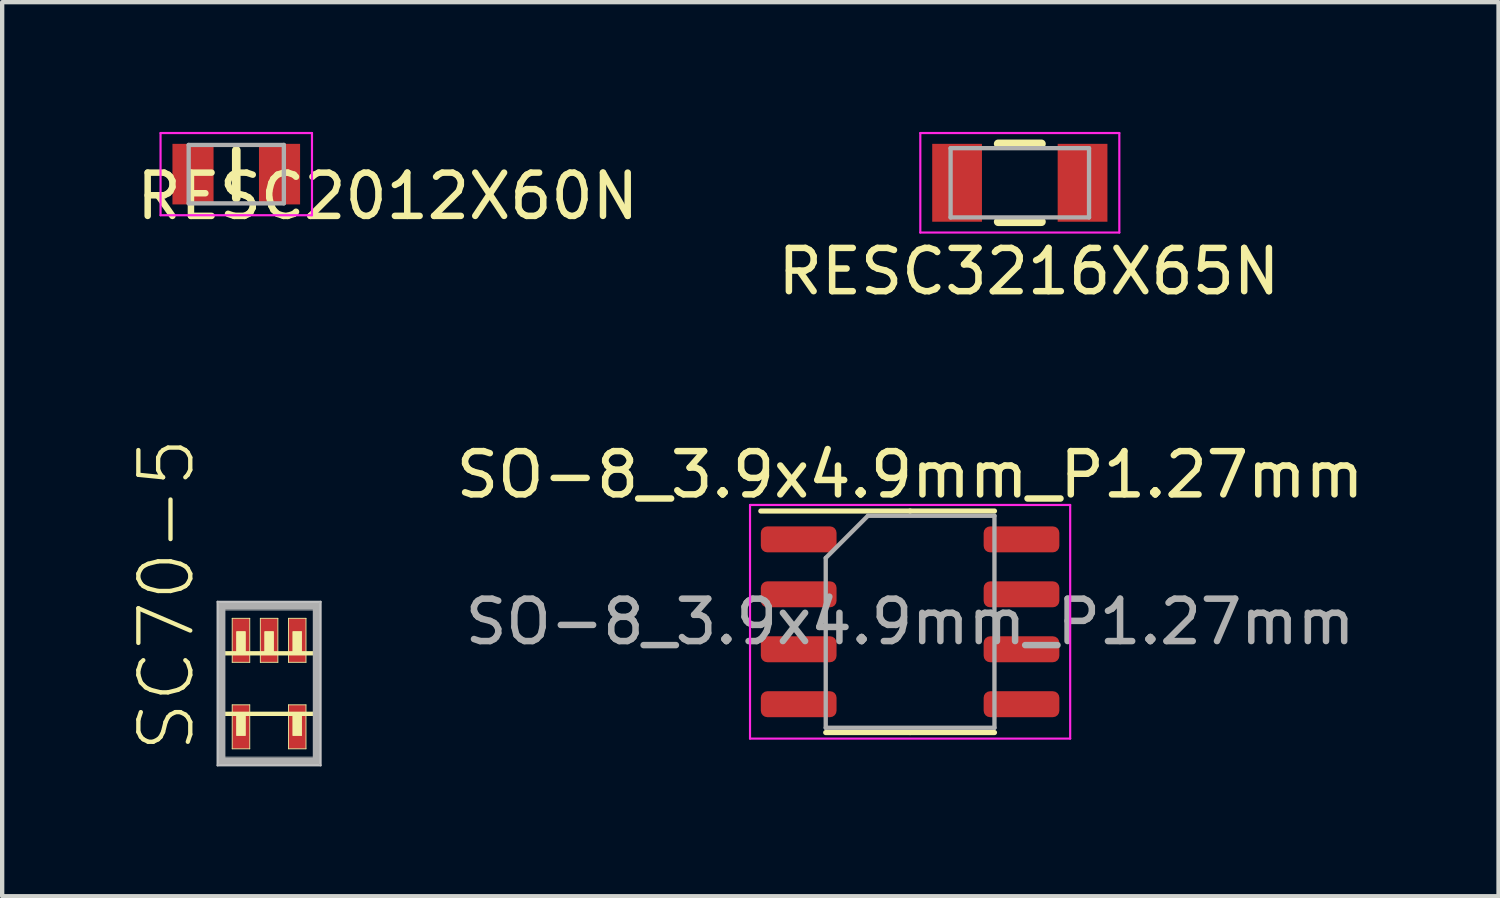
<source format=kicad_pcb>
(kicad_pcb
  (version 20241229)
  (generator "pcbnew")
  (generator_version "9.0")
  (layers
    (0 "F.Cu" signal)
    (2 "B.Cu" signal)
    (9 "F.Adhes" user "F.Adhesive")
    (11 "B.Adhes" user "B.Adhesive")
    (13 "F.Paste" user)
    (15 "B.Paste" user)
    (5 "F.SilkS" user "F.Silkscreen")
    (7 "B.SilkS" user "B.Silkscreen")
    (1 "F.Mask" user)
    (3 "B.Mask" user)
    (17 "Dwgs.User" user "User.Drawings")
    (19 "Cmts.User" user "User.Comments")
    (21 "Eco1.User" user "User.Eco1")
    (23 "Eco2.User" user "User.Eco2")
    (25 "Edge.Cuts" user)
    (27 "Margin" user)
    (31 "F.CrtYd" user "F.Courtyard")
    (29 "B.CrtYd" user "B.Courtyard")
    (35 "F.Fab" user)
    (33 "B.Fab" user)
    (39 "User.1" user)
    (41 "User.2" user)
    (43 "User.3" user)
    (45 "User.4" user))
  (footprint "SC70-5"
    (placed yes)
    (layer "F.Cu")
    (at 3.17 12.75)
    (property "Reference" "SC70-5" (at -1.67 1.64 90) (layer "F.SilkS") (effects (font (size 1.2 1.2) (thickness 0.1)) (justify left bottom)))
    (attr through_hole)
    (fp_line (start -1.1 -0.7) (end -1.1 0.7) (stroke (width 0.1) (type solid)) (layer "F.SilkS"))
    (fp_line (start -1.1 0.7) (end 1.1 0.7) (stroke (width 0.1) (type solid)) (layer "F.SilkS"))
    (fp_line (start -0.853 -1.508) (end -0.447 -1.508) (stroke (width 0.02) (type solid)) (layer "F.SilkS"))
    (fp_line (start -0.853 -0.492) (end -0.853 -1.508) (stroke (width 0.02) (type solid)) (layer "F.SilkS"))
    (fp_line (start -0.853 0.492) (end -0.447 0.492) (stroke (width 0.02) (type solid)) (layer "F.SilkS"))
    (fp_line (start -0.853 1.508) (end -0.853 0.492) (stroke (width 0.02) (type solid)) (layer "F.SilkS"))
    (fp_line (start -0.447 -1.508) (end -0.447 -0.492) (stroke (width 0.02) (type solid)) (layer "F.SilkS"))
    (fp_line (start -0.447 -0.492) (end -0.853 -0.492) (stroke (width 0.02) (type solid)) (layer "F.SilkS"))
    (fp_line (start -0.447 0.492) (end -0.447 1.508) (stroke (width 0.02) (type solid)) (layer "F.SilkS"))
    (fp_line (start -0.447 1.508) (end -0.853 1.508) (stroke (width 0.02) (type solid)) (layer "F.SilkS"))
    (fp_line (start -0.203 -1.508) (end 0.203 -1.508) (stroke (width 0.02) (type solid)) (layer "F.SilkS"))
    (fp_line (start -0.203 -0.492) (end -0.203 -1.508) (stroke (width 0.02) (type solid)) (layer "F.SilkS"))
    (fp_line (start 0.203 -1.508) (end 0.203 -0.492) (stroke (width 0.02) (type solid)) (layer "F.SilkS"))
    (fp_line (start 0.203 -0.492) (end -0.203 -0.492) (stroke (width 0.02) (type solid)) (layer "F.SilkS"))
    (fp_line (start 0.447 -1.508) (end 0.853 -1.508) (stroke (width 0.02) (type solid)) (layer "F.SilkS"))
    (fp_line (start 0.447 -0.492) (end 0.447 -1.508) (stroke (width 0.02) (type solid)) (layer "F.SilkS"))
    (fp_line (start 0.447 0.492) (end 0.853 0.492) (stroke (width 0.02) (type solid)) (layer "F.SilkS"))
    (fp_line (start 0.447 1.508) (end 0.447 0.492) (stroke (width 0.02) (type solid)) (layer "F.SilkS"))
    (fp_line (start 0.853 -1.508) (end 0.853 -0.492) (stroke (width 0.02) (type solid)) (layer "F.SilkS"))
    (fp_line (start 0.853 -0.492) (end 0.447 -0.492) (stroke (width 0.02) (type solid)) (layer "F.SilkS"))
    (fp_line (start 0.853 0.492) (end 0.853 1.508) (stroke (width 0.02) (type solid)) (layer "F.SilkS"))
    (fp_line (start 0.853 1.508) (end 0.447 1.508) (stroke (width 0.02) (type solid)) (layer "F.SilkS"))
    (fp_line (start 1.1 -0.7) (end -1.1 -0.7) (stroke (width 0.1) (type solid)) (layer "F.SilkS"))
    (fp_line (start 1.1 0.7) (end 1.1 -0.7) (stroke (width 0.1) (type solid)) (layer "F.SilkS"))
    (fp_poly (pts (xy -0.55 -0.7) (xy -0.75 -0.7) (xy -0.75 -1.2) (xy -0.55 -1.2) (xy -0.55 -0.7)) (stroke (width 0.02) (type solid)) (fill yes) (layer "F.SilkS"))
    (fp_poly (pts (xy -0.55 0.7) (xy -0.55 1.2) (xy -0.75 1.2) (xy -0.75 0.7) (xy -0.55 0.7)) (stroke (width 0.02) (type solid)) (fill yes) (layer "F.SilkS"))
    (fp_poly (pts (xy -0.1 -0.7) (xy -0.1 -1.2) (xy 0.1 -1.2) (xy 0.1 -0.7) (xy -0.1 -0.7)) (stroke (width 0.02) (type solid)) (fill yes) (layer "F.SilkS"))
    (fp_poly (pts (xy 0.55 -0.7) (xy 0.55 -1.2) (xy 0.75 -1.2) (xy 0.75 -0.7) (xy 0.55 -0.7)) (stroke (width 0.02) (type solid)) (fill yes) (layer "F.SilkS"))
    (fp_poly (pts (xy 0.55 1.2) (xy 0.55 0.7) (xy 0.75 0.7) (xy 0.75 1.2) (xy 0.55 1.2)) (stroke (width 0.02) (type solid)) (fill yes) (layer "F.SilkS"))
    (fp_line (start -1.19 -1.89) (end 1.19 -1.89) (stroke (width 0.05) (type solid)) (layer "Dwgs.User"))
    (fp_line (start -1.19 1.89) (end -1.19 -1.89) (stroke (width 0.05) (type solid)) (layer "Dwgs.User"))
    (fp_line (start 1.19 -1.89) (end 1.19 1.89) (stroke (width 0.05) (type solid)) (layer "Dwgs.User"))
    (fp_line (start 1.19 1.89) (end -1.19 1.89) (stroke (width 0.05) (type solid)) (layer "Dwgs.User"))
    (fp_line (start -1.1 -1.8) (end -1.1 1.8) (stroke (width 0.18) (type solid)) (layer "F.Fab"))
    (fp_line (start -1.1 1.8) (end 1.1 1.8) (stroke (width 0.18) (type solid)) (layer "F.Fab"))
    (fp_line (start 1.1 -1.8) (end -1.1 -1.8) (stroke (width 0.18) (type solid)) (layer "F.Fab"))
    (fp_line (start 1.1 1.8) (end 1.1 -1.8) (stroke (width 0.18) (type solid)) (layer "F.Fab"))
    (fp_poly (pts (xy -1.1 -1.7) (xy 1.1 -1.7) (xy 1.1 1.7) (xy -1.1 1.7)) (stroke (width 0.02) (type solid)) (fill no) (layer "F.Fab"))
    (pad "1" smd rect (at 0.65 -1) (size 0.406 1.016) (layers "F.Cu" "F.Mask" "F.Paste"))
    (pad "2" smd rect (at 0 -1) (size 0.406 1.016) (layers "F.Cu" "F.Mask" "F.Paste"))
    (pad "3" smd rect (at -0.65 -1) (size 0.406 1.016) (layers "F.Cu" "F.Mask" "F.Paste"))
    (pad "4" smd rect (at -0.65 1) (size 0.406 1.016) (layers "F.Cu" "F.Mask" "F.Paste"))
    (pad "5" smd rect (at 0.65 1) (size 0.406 1.016) (layers "F.Cu" "F.Mask" "F.Paste")))
  (footprint "RESC3216X65N"
    (layer "F.Cu")
    (at 20.522 1.175)
    (property "Reference" "RESC3216X65N" (at 0.21 2.05 180) (layer "F.SilkS") (effects (font (size 1 1) (thickness 0.15))))
    (attr smd)
    (fp_line (start -0.5 -0.9) (end 0.5 -0.9) (stroke (width 0.2) (type solid)) (layer "F.SilkS"))
    (fp_line (start -0.5 0.9) (end 0.5 0.9) (stroke (width 0.2) (type solid)) (layer "F.SilkS"))
    (fp_line (start -2.3 -1.15) (end 2.3 -1.15) (stroke (width 0.05) (type solid)) (layer "F.CrtYd"))
    (fp_line (start -2.3 1.15) (end -2.3 -1.15) (stroke (width 0.05) (type solid)) (layer "F.CrtYd"))
    (fp_line (start -2.3 1.15) (end 2.3 1.15) (stroke (width 0.05) (type solid)) (layer "F.CrtYd"))
    (fp_line (start 2.3 1.15) (end 2.3 -1.15) (stroke (width 0.05) (type solid)) (layer "F.CrtYd"))
    (fp_line (start -1.6 -0.8) (end 1.6 -0.8) (stroke (width 0.1) (type solid)) (layer "F.Fab"))
    (fp_line (start -1.6 0.8) (end -1.6 -0.8) (stroke (width 0.1) (type solid)) (layer "F.Fab"))
    (fp_line (start -1.6 0.8) (end 1.6 0.8) (stroke (width 0.1) (type solid)) (layer "F.Fab"))
    (fp_line (start 1.6 0.8) (end 1.6 -0.8) (stroke (width 0.1) (type solid)) (layer "F.Fab"))
    (pad "1" smd rect (at -1.45 0) (size 1.15 1.8) (layers "F.Cu" "F.Mask" "F.Paste"))
    (pad "2" smd rect (at 1.45 0) (size 1.15 1.8) (layers "F.Cu" "F.Mask" "F.Paste")))
  (footprint "SO-8_3.9x4.9mm_P1.27mm"
    (layer "F.Cu")
    (at 17.986 11.322)
    (property "Reference" "SO-8_3.9x4.9mm_P1.27mm" (at 0 -3.4 0) (layer "F.SilkS") (effects (font (size 1 1) (thickness 0.15))))
    (attr smd)
    (fp_line (start 0 -2.56) (end -3.45 -2.56) (stroke (width 0.12) (type solid)) (layer "F.SilkS"))
    (fp_line (start 0 -2.56) (end 1.95 -2.56) (stroke (width 0.12) (type solid)) (layer "F.SilkS"))
    (fp_line (start 0 2.56) (end -1.95 2.56) (stroke (width 0.12) (type solid)) (layer "F.SilkS"))
    (fp_line (start 0 2.56) (end 1.95 2.56) (stroke (width 0.12) (type solid)) (layer "F.SilkS"))
    (fp_line (start -3.7 -2.7) (end -3.7 2.7) (stroke (width 0.05) (type solid)) (layer "F.CrtYd"))
    (fp_line (start -3.7 2.7) (end 3.7 2.7) (stroke (width 0.05) (type solid)) (layer "F.CrtYd"))
    (fp_line (start 3.7 -2.7) (end -3.7 -2.7) (stroke (width 0.05) (type solid)) (layer "F.CrtYd"))
    (fp_line (start 3.7 2.7) (end 3.7 -2.7) (stroke (width 0.05) (type solid)) (layer "F.CrtYd"))
    (fp_line (start -1.95 -1.475) (end -0.975 -2.45) (stroke (width 0.1) (type solid)) (layer "F.Fab"))
    (fp_line (start -1.95 2.45) (end -1.95 -1.475) (stroke (width 0.1) (type solid)) (layer "F.Fab"))
    (fp_line (start -0.975 -2.45) (end 1.95 -2.45) (stroke (width 0.1) (type solid)) (layer "F.Fab"))
    (fp_line (start 1.95 -2.45) (end 1.95 2.45) (stroke (width 0.1) (type solid)) (layer "F.Fab"))
    (fp_line (start 1.95 2.45) (end -1.95 2.45) (stroke (width 0.1) (type solid)) (layer "F.Fab"))
    (fp_text user "${REFERENCE}" (at 0 0 0) (layer "F.Fab") (effects (font (size 0.98 0.98) (thickness 0.15))))
    (pad "1" smd roundrect (at -2.575 -1.905) (size 1.75 0.6) (layers "F.Cu" "F.Mask" "F.Paste") (roundrect_rratio 0.25))
    (pad "2" smd roundrect (at -2.575 -0.635) (size 1.75 0.6) (layers "F.Cu" "F.Mask" "F.Paste") (roundrect_rratio 0.25))
    (pad "3" smd roundrect (at -2.575 0.635) (size 1.75 0.6) (layers "F.Cu" "F.Mask" "F.Paste") (roundrect_rratio 0.25))
    (pad "4" smd roundrect (at -2.575 1.905) (size 1.75 0.6) (layers "F.Cu" "F.Mask" "F.Paste") (roundrect_rratio 0.25))
    (pad "5" smd roundrect (at 2.575 1.905) (size 1.75 0.6) (layers "F.Cu" "F.Mask" "F.Paste") (roundrect_rratio 0.25))
    (pad "6" smd roundrect (at 2.575 0.635) (size 1.75 0.6) (layers "F.Cu" "F.Mask" "F.Paste") (roundrect_rratio 0.25))
    (pad "7" smd roundrect (at 2.575 -0.635) (size 1.75 0.6) (layers "F.Cu" "F.Mask" "F.Paste") (roundrect_rratio 0.25))
    (pad "8" smd roundrect (at 2.575 -1.905) (size 1.75 0.6) (layers "F.Cu" "F.Mask" "F.Paste") (roundrect_rratio 0.25)))
  (footprint "RESC2012X60N"
    (layer "F.Cu")
    (at 2.411 0.975)
    (property "Reference" "RESC2012X60N" (at 3.5 0.51 0) (layer "F.SilkS") (effects (font (size 1 1) (thickness 0.15))))
    (attr smd)
    (fp_line (start 0 0.55) (end 0 -0.55) (stroke (width 0.2) (type solid)) (layer "F.SilkS"))
    (fp_line (start -1.75 -0.95) (end 1.75 -0.95) (stroke (width 0.05) (type solid)) (layer "F.CrtYd"))
    (fp_line (start -1.75 0.95) (end -1.75 -0.95) (stroke (width 0.05) (type solid)) (layer "F.CrtYd"))
    (fp_line (start -1.75 0.95) (end 1.75 0.95) (stroke (width 0.05) (type solid)) (layer "F.CrtYd"))
    (fp_line (start 1.75 0.95) (end 1.75 -0.95) (stroke (width 0.05) (type solid)) (layer "F.CrtYd"))
    (fp_line (start -1.1 -0.675) (end 1.1 -0.675) (stroke (width 0.1) (type solid)) (layer "F.Fab"))
    (fp_line (start -1.1 0.675) (end -1.1 -0.675) (stroke (width 0.1) (type solid)) (layer "F.Fab"))
    (fp_line (start -1.1 0.675) (end 1.1 0.675) (stroke (width 0.1) (type solid)) (layer "F.Fab"))
    (fp_line (start 1.1 0.675) (end 1.1 -0.675) (stroke (width 0.1) (type solid)) (layer "F.Fab"))
    (pad "1" smd rect (at -1 0) (size 0.95 1.4) (layers "F.Cu" "F.Mask" "F.Paste"))
    (pad "2" smd rect (at 1 0) (size 0.95 1.4) (layers "F.Cu" "F.Mask" "F.Paste")))
  (gr_rect
    (start -3 -3)
    (end 31.587 17.665)
    (stroke (width 0.1) (type default))
    (fill no)
    (layer "Edge.Cuts")))
</source>
